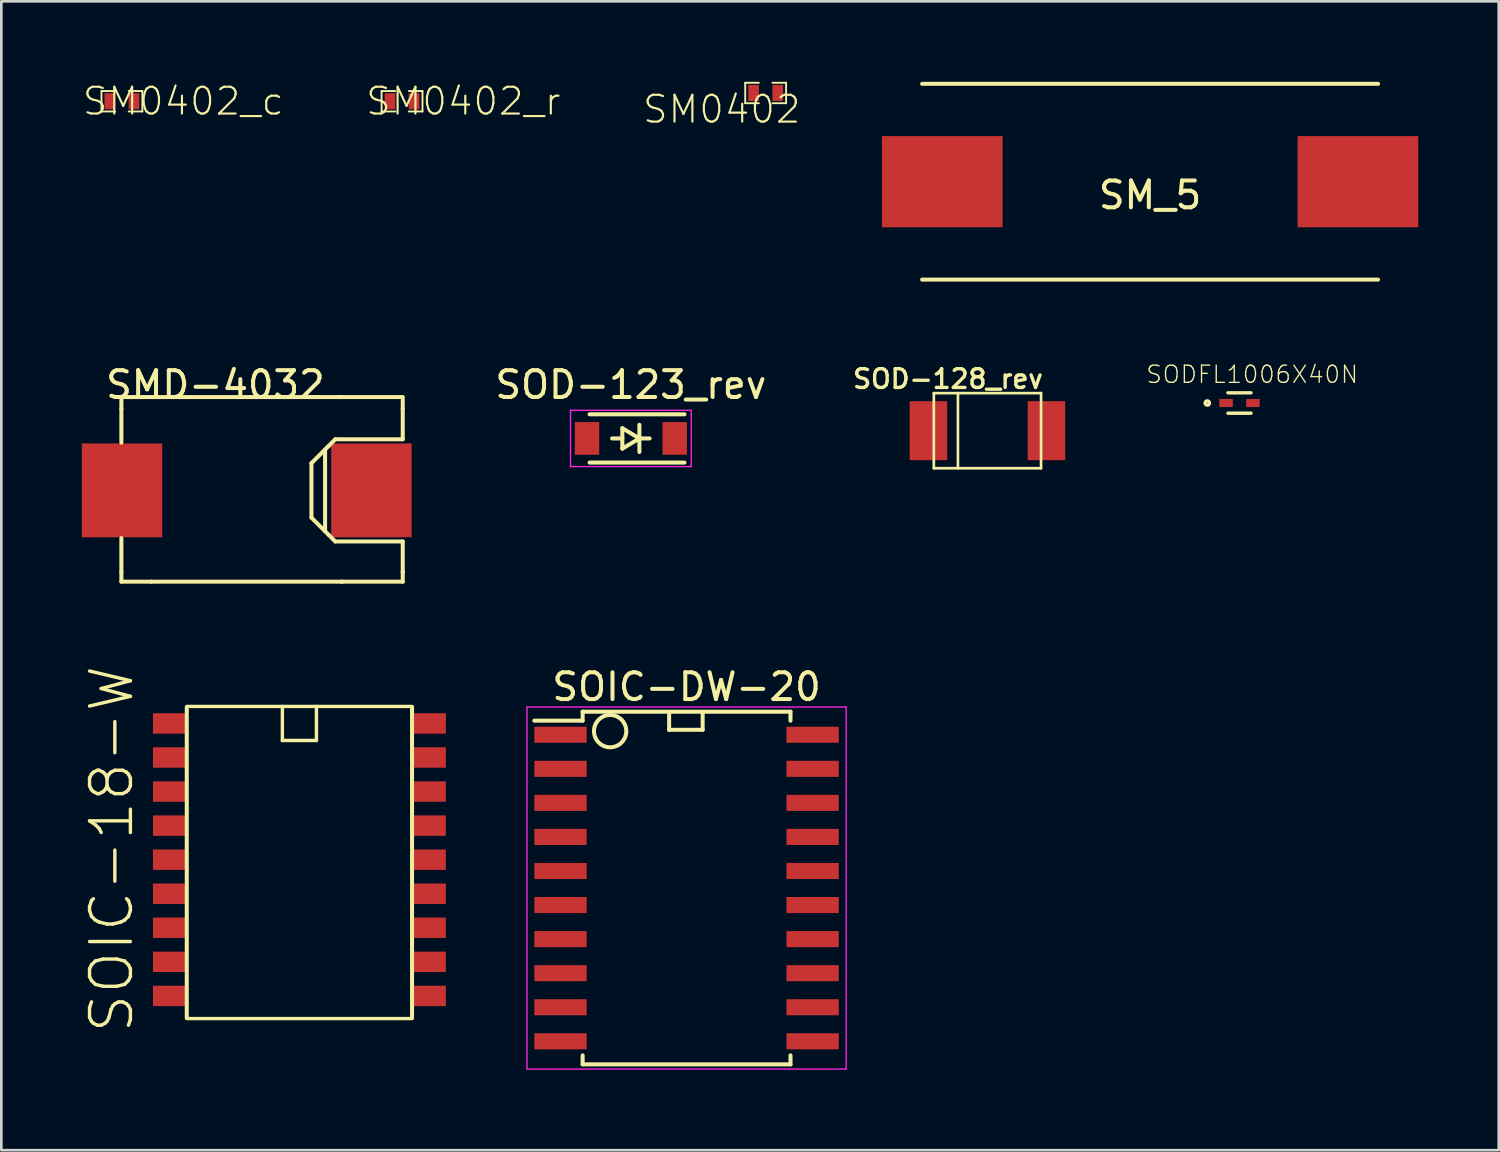
<source format=kicad_pcb>
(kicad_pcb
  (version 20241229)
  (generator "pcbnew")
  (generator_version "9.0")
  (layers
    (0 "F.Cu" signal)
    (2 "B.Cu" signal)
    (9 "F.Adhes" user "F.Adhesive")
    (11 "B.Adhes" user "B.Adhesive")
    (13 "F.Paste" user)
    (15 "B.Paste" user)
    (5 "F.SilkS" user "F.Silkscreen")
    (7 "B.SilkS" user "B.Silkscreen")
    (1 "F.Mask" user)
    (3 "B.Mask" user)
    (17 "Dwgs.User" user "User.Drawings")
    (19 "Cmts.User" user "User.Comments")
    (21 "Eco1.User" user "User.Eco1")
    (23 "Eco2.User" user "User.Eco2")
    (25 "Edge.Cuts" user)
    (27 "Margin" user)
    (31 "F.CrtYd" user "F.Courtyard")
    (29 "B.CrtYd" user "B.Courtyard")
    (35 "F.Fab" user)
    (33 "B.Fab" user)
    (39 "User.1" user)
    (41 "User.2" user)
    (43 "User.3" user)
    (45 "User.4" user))
  (footprint "SOD-123_rev"
    (layer "F.Cu")
    (at 20.473 13.298)
    (property "Reference" "SOD-123_rev" (at 0 -2 0) (layer "F.SilkS") (effects (font (size 1 1) (thickness 0.15))))
    (attr smd)
    (fp_line (start -0.318 -0.381) (end -0.318 0.381) (stroke (width 0.15) (type solid)) (layer "F.SilkS"))
    (fp_line (start -0.318 0) (end -0.699 0) (stroke (width 0.15) (type solid)) (layer "F.SilkS"))
    (fp_line (start -0.318 0.381) (end 0.318 0) (stroke (width 0.15) (type solid)) (layer "F.SilkS"))
    (fp_line (start 0.318 -0.508) (end 0.318 0.508) (stroke (width 0.15) (type solid)) (layer "F.SilkS"))
    (fp_line (start 0.318 0) (end -0.318 -0.381) (stroke (width 0.15) (type solid)) (layer "F.SilkS"))
    (fp_line (start 0.699 0) (end 0.318 0) (stroke (width 0.15) (type solid)) (layer "F.SilkS"))
    (fp_line (start 2 -0.9) (end -1.54 -0.9) (stroke (width 0.15) (type solid)) (layer "F.SilkS"))
    (fp_line (start 2 0.9) (end -1.54 0.9) (stroke (width 0.15) (type solid)) (layer "F.SilkS"))
    (fp_line (start -2.25 -1.05) (end -2.25 1.05) (stroke (width 0.05) (type solid)) (layer "F.CrtYd"))
    (fp_line (start -2.25 1.05) (end 2.25 1.05) (stroke (width 0.05) (type solid)) (layer "F.CrtYd"))
    (fp_line (start 2.25 -1.05) (end -2.25 -1.05) (stroke (width 0.05) (type solid)) (layer "F.CrtYd"))
    (fp_line (start 2.25 -1.05) (end 2.25 1.05) (stroke (width 0.05) (type solid)) (layer "F.CrtYd"))
    (pad "1" smd rect (at 1.635 0 180) (size 0.91 1.22) (layers "F.Cu" "F.Mask" "F.Paste"))
    (pad "2" smd rect (at -1.635 0 180) (size 0.91 1.22) (layers "F.Cu" "F.Mask" "F.Paste")))
  (footprint "SM0402"
    (layer "F.Cu")
    (at 25.499 0.417)
    (property "Reference" "SM0402" (at -1.637 0.608 0) (layer "F.SilkS") (effects (font (size 1 1) (thickness 0.08))))
    (attr smd)
    (fp_line (start -0.762 -0.381) (end -0.762 0.381) (stroke (width 0.071) (type solid)) (layer "F.SilkS"))
    (fp_line (start -0.762 0.381) (end -0.254 0.381) (stroke (width 0.071) (type solid)) (layer "F.SilkS"))
    (fp_line (start -0.254 -0.381) (end -0.762 -0.381) (stroke (width 0.071) (type solid)) (layer "F.SilkS"))
    (fp_line (start 0.254 -0.381) (end 0.762 -0.381) (stroke (width 0.071) (type solid)) (layer "F.SilkS"))
    (fp_line (start 0.762 -0.381) (end 0.762 0.381) (stroke (width 0.071) (type solid)) (layer "F.SilkS"))
    (fp_line (start 0.762 0.381) (end 0.254 0.381) (stroke (width 0.071) (type solid)) (layer "F.SilkS"))
    (pad "1" smd rect (at -0.45 0) (size 0.399 0.599) (layers "F.Cu" "F.Mask" "F.Paste"))
    (pad "2" smd rect (at 0.45 0) (size 0.399 0.599) (layers "F.Cu" "F.Mask" "F.Paste")))
  (footprint "SM_5"
    (layer "F.Cu")
    (at 39.834 3.725)
    (property "Reference" "SM_5" (at 0 0.5 0) (layer "F.SilkS") (effects (font (size 1 1) (thickness 0.15))))
    (attr through_hole)
    (fp_line (start -8.5 -3.65) (end 8.5 -3.65) (stroke (width 0.15) (type solid)) (layer "F.SilkS"))
    (fp_line (start -8.5 3.65) (end 8.5 3.65) (stroke (width 0.15) (type solid)) (layer "F.SilkS"))
    (pad "1" smd rect (at -7.75 0) (size 4.5 3.4) (layers "F.Cu" "F.Mask" "F.Paste"))
    (pad "2" smd rect (at 7.75 0) (size 4.5 3.4) (layers "F.Cu" "F.Mask" "F.Paste")))
  (footprint "SOIC-DW-20"
    (layer "F.Cu")
    (at 22.55 30.062)
    (property "Reference" "SOIC-DW-20" (at 0 -7.5 0) (layer "F.SilkS") (effects (font (size 1 1) (thickness 0.15))))
    (attr smd)
    (fp_line (start -3.875 -6.575) (end -3.875 -6.24) (stroke (width 0.15) (type solid)) (layer "F.SilkS"))
    (fp_line (start -3.875 -6.575) (end 3.875 -6.575) (stroke (width 0.15) (type solid)) (layer "F.SilkS"))
    (fp_line (start -3.875 -6.24) (end -5.675 -6.24) (stroke (width 0.15) (type solid)) (layer "F.SilkS"))
    (fp_line (start -3.875 6.575) (end -3.875 6.24) (stroke (width 0.15) (type solid)) (layer "F.SilkS"))
    (fp_line (start -3.875 6.575) (end 3.875 6.575) (stroke (width 0.15) (type solid)) (layer "F.SilkS"))
    (fp_line (start -0.65 -6.55) (end -0.65 -5.9) (stroke (width 0.15) (type solid)) (layer "F.SilkS"))
    (fp_line (start -0.65 -5.9) (end 0.6 -5.9) (stroke (width 0.15) (type solid)) (layer "F.SilkS"))
    (fp_line (start 0.6 -5.9) (end 0.6 -6.55) (stroke (width 0.15) (type solid)) (layer "F.SilkS"))
    (fp_line (start 3.875 -6.575) (end 3.875 -6.24) (stroke (width 0.15) (type solid)) (layer "F.SilkS"))
    (fp_line (start 3.875 6.575) (end 3.875 6.24) (stroke (width 0.15) (type solid)) (layer "F.SilkS"))
    (fp_circle (center -2.85 -5.85) (end -2.45 -5.4) (stroke (width 0.15) (type solid)) (fill no) (layer "F.SilkS"))
    (fp_line (start -5.95 -6.75) (end -5.95 6.75) (stroke (width 0.05) (type solid)) (layer "F.CrtYd"))
    (fp_line (start -5.95 -6.75) (end 5.95 -6.75) (stroke (width 0.05) (type solid)) (layer "F.CrtYd"))
    (fp_line (start -5.95 6.75) (end 5.95 6.75) (stroke (width 0.05) (type solid)) (layer "F.CrtYd"))
    (fp_line (start 5.95 -6.75) (end 5.95 6.75) (stroke (width 0.05) (type solid)) (layer "F.CrtYd"))
    (pad "1" smd rect (at -4.7 -5.715) (size 1.95 0.6) (layers "F.Cu" "F.Mask" "F.Paste"))
    (pad "2" smd rect (at -4.7 -4.445) (size 1.95 0.6) (layers "F.Cu" "F.Mask" "F.Paste"))
    (pad "3" smd rect (at -4.7 -3.175) (size 1.95 0.6) (layers "F.Cu" "F.Mask" "F.Paste"))
    (pad "4" smd rect (at -4.7 -1.905) (size 1.95 0.6) (layers "F.Cu" "F.Mask" "F.Paste"))
    (pad "5" smd rect (at -4.7 -0.635) (size 1.95 0.6) (layers "F.Cu" "F.Mask" "F.Paste"))
    (pad "6" smd rect (at -4.7 0.635) (size 1.95 0.6) (layers "F.Cu" "F.Mask" "F.Paste"))
    (pad "7" smd rect (at -4.7 1.905) (size 1.95 0.6) (layers "F.Cu" "F.Mask" "F.Paste"))
    (pad "8" smd rect (at -4.7 3.175) (size 1.95 0.6) (layers "F.Cu" "F.Mask" "F.Paste"))
    (pad "9" smd rect (at -4.7 4.445) (size 1.95 0.6) (layers "F.Cu" "F.Mask" "F.Paste"))
    (pad "10" smd rect (at -4.7 5.715) (size 1.95 0.6) (layers "F.Cu" "F.Mask" "F.Paste"))
    (pad "11" smd rect (at 4.7 5.715) (size 1.95 0.6) (layers "F.Cu" "F.Mask" "F.Paste"))
    (pad "12" smd rect (at 4.7 4.445) (size 1.95 0.6) (layers "F.Cu" "F.Mask" "F.Paste"))
    (pad "13" smd rect (at 4.7 3.175) (size 1.95 0.6) (layers "F.Cu" "F.Mask" "F.Paste"))
    (pad "14" smd rect (at 4.7 1.905) (size 1.95 0.6) (layers "F.Cu" "F.Mask" "F.Paste"))
    (pad "15" smd rect (at 4.7 0.635) (size 1.95 0.6) (layers "F.Cu" "F.Mask" "F.Paste"))
    (pad "16" smd rect (at 4.7 -0.635) (size 1.95 0.6) (layers "F.Cu" "F.Mask" "F.Paste"))
    (pad "17" smd rect (at 4.7 -1.905) (size 1.95 0.6) (layers "F.Cu" "F.Mask" "F.Paste"))
    (pad "18" smd rect (at 4.7 -3.175) (size 1.95 0.6) (layers "F.Cu" "F.Mask" "F.Paste"))
    (pad "19" smd rect (at 4.7 -4.445) (size 1.95 0.6) (layers "F.Cu" "F.Mask" "F.Paste"))
    (pad "20" smd rect (at 4.7 -5.715) (size 1.95 0.6) (layers "F.Cu" "F.Mask" "F.Paste")))
  (footprint "SODFL1006X40N"
    (layer "F.Cu")
    (at 43.167 11.977)
    (property "Reference" "SODFL1006X40N" (at 0.474 -1.065 0) (layer "F.SilkS") (effects (font (size 0.64 0.64) (thickness 0.05))))
    (attr smd)
    (fp_line (start -0.43 -0.38) (end 0.43 -0.38) (stroke (width 0.127) (type solid)) (layer "F.SilkS"))
    (fp_line (start 0.43 0.38) (end -0.43 0.38) (stroke (width 0.127) (type solid)) (layer "F.SilkS"))
    (fp_circle (center -1.2 0) (end -1.12 0) (stroke (width 0.127) (type solid)) (fill no) (layer "F.SilkS"))
    (fp_line (start -1 -0.5) (end 1 -0.5) (stroke (width 0.05) (type solid)) (layer "Eco1.User"))
    (fp_line (start -1 0.5) (end -1 -0.5) (stroke (width 0.05) (type solid)) (layer "Eco1.User"))
    (fp_line (start 1 -0.5) (end 1 0.5) (stroke (width 0.05) (type solid)) (layer "Eco1.User"))
    (fp_line (start 1 0.5) (end -1 0.5) (stroke (width 0.05) (type solid)) (layer "Eco1.User"))
    (fp_line (start -0.43 -0.33) (end 0.43 -0.33) (stroke (width 0.127) (type solid)) (layer "Eco2.User"))
    (fp_line (start -0.43 0.33) (end -0.43 -0.33) (stroke (width 0.127) (type solid)) (layer "Eco2.User"))
    (fp_line (start 0.43 -0.33) (end 0.43 0.33) (stroke (width 0.127) (type solid)) (layer "Eco2.User"))
    (fp_line (start 0.43 0.33) (end -0.43 0.33) (stroke (width 0.127) (type solid)) (layer "Eco2.User"))
    (pad "1" smd rect (at -0.5 0) (size 0.5 0.3) (layers "F.Cu" "F.Mask" "F.Paste"))
    (pad "2" smd rect (at 0.5 0) (size 0.5 0.3) (layers "F.Cu" "F.Mask" "F.Paste")))
  (footprint "SM0402_r"
    (layer "F.Cu")
    (at 11.941 0.725)
    (property "Reference" "SM0402_r" (at 2.286 0 0) (layer "F.SilkS") (effects (font (size 1 1) (thickness 0.08))))
    (attr smd)
    (fp_line (start -0.762 -0.381) (end -0.762 0.381) (stroke (width 0.071) (type solid)) (layer "F.SilkS"))
    (fp_line (start -0.762 0.381) (end -0.254 0.381) (stroke (width 0.071) (type solid)) (layer "F.SilkS"))
    (fp_line (start -0.254 -0.381) (end -0.762 -0.381) (stroke (width 0.071) (type solid)) (layer "F.SilkS"))
    (fp_line (start 0.254 -0.381) (end 0.762 -0.381) (stroke (width 0.071) (type solid)) (layer "F.SilkS"))
    (fp_line (start 0.762 -0.381) (end 0.762 0.381) (stroke (width 0.071) (type solid)) (layer "F.SilkS"))
    (fp_line (start 0.762 0.381) (end 0.254 0.381) (stroke (width 0.071) (type solid)) (layer "F.SilkS"))
    (pad "1" smd rect (at -0.45 0) (size 0.399 0.599) (layers "F.Cu" "F.Mask" "F.Paste"))
    (pad "2" smd rect (at 0.45 0) (size 0.399 0.599) (layers "F.Cu" "F.Mask" "F.Paste")))
  (footprint "SOIC-18-W"
    (layer "F.Cu")
    (at 8.114 29.005)
    (property "Reference" "SOIC-18-W" (at -7 -0.395 90) (layer "F.SilkS") (effects (font (size 1.524 1.524) (thickness 0.127))))
    (attr smd)
    (fp_line (start -4.2 -5.695) (end -4.2 5.905) (stroke (width 0.15) (type solid)) (layer "F.SilkS"))
    (fp_line (start -4.191 5.925) (end 4.191 5.925) (stroke (width 0.127) (type solid)) (layer "F.SilkS"))
    (fp_line (start -0.635 -4.445) (end -0.635 -5.715) (stroke (width 0.127) (type solid)) (layer "F.SilkS"))
    (fp_line (start 0.635 -5.715) (end 0.635 -4.445) (stroke (width 0.127) (type solid)) (layer "F.SilkS"))
    (fp_line (start 0.635 -4.445) (end -0.635 -4.445) (stroke (width 0.127) (type solid)) (layer "F.SilkS"))
    (fp_line (start 4.191 -5.715) (end -4.191 -5.715) (stroke (width 0.127) (type solid)) (layer "F.SilkS"))
    (fp_line (start 4.2 -5.695) (end 4.2 5.905) (stroke (width 0.15) (type solid)) (layer "F.SilkS"))
    (pad "1" smd rect (at -4.826 -5.08 270) (size 0.762 1.27) (layers "F.Cu" "F.Mask" "F.Paste"))
    (pad "2" smd rect (at -4.826 -3.81 270) (size 0.762 1.27) (layers "F.Cu" "F.Mask" "F.Paste"))
    (pad "3" smd rect (at -4.826 -2.54 270) (size 0.762 1.27) (layers "F.Cu" "F.Mask" "F.Paste"))
    (pad "4" smd rect (at -4.826 -1.27 270) (size 0.762 1.27) (layers "F.Cu" "F.Mask" "F.Paste"))
    (pad "5" smd rect (at -4.826 0 270) (size 0.762 1.27) (layers "F.Cu" "F.Mask" "F.Paste"))
    (pad "6" smd rect (at -4.826 1.27 270) (size 0.762 1.27) (layers "F.Cu" "F.Mask" "F.Paste"))
    (pad "7" smd rect (at -4.826 2.54 270) (size 0.762 1.27) (layers "F.Cu" "F.Mask" "F.Paste"))
    (pad "8" smd rect (at -4.826 3.81 270) (size 0.762 1.27) (layers "F.Cu" "F.Mask" "F.Paste"))
    (pad "9" smd rect (at -4.826 5.08 270) (size 0.762 1.27) (layers "F.Cu" "F.Mask" "F.Paste"))
    (pad "10" smd rect (at 4.826 5.08 270) (size 0.762 1.27) (layers "F.Cu" "F.Mask" "F.Paste"))
    (pad "11" smd rect (at 4.826 3.81 270) (size 0.762 1.27) (layers "F.Cu" "F.Mask" "F.Paste"))
    (pad "12" smd rect (at 4.826 2.54 270) (size 0.762 1.27) (layers "F.Cu" "F.Mask" "F.Paste"))
    (pad "13" smd rect (at 4.826 1.27 270) (size 0.762 1.27) (layers "F.Cu" "F.Mask" "F.Paste"))
    (pad "14" smd rect (at 4.826 0 270) (size 0.762 1.27) (layers "F.Cu" "F.Mask" "F.Paste"))
    (pad "15" smd rect (at 4.826 -1.27 270) (size 0.762 1.27) (layers "F.Cu" "F.Mask" "F.Paste"))
    (pad "16" smd rect (at 4.826 -2.54 270) (size 0.762 1.27) (layers "F.Cu" "F.Mask" "F.Paste"))
    (pad "17" smd rect (at 4.826 -3.81 270) (size 0.762 1.27) (layers "F.Cu" "F.Mask" "F.Paste"))
    (pad "18" smd rect (at 4.826 -5.08 270) (size 0.762 1.27) (layers "F.Cu" "F.Mask" "F.Paste")))
  (footprint "SMD-4032"
    (layer "F.Cu")
    (at 6.15 15.235)
    (property "Reference" "SMD-4032" (at -1.168 -3.937 180) (layer "F.SilkS") (effects (font (size 1 1) (thickness 0.15))))
    (attr smd)
    (fp_line (start -4.674 -3.48) (end -4.674 -3.048) (stroke (width 0.15) (type solid)) (layer "F.SilkS"))
    (fp_line (start -4.674 -3.048) (end -4.674 -1.778) (stroke (width 0.15) (type solid)) (layer "F.SilkS"))
    (fp_line (start -4.674 3.048) (end -4.674 1.778) (stroke (width 0.15) (type solid)) (layer "F.SilkS"))
    (fp_line (start -4.674 3.404) (end -4.674 3.048) (stroke (width 0.15) (type solid)) (layer "F.SilkS"))
    (fp_line (start -3.556 -3.48) (end -4.674 -3.48) (stroke (width 0.15) (type solid)) (layer "F.SilkS"))
    (fp_line (start -3.556 -3.48) (end 3.556 -3.48) (stroke (width 0.15) (type solid)) (layer "F.SilkS"))
    (fp_line (start -3.556 3.404) (end -4.674 3.404) (stroke (width 0.15) (type solid)) (layer "F.SilkS"))
    (fp_line (start 2.413 1.016) (end 2.413 -1.016) (stroke (width 0.15) (type solid)) (layer "F.SilkS"))
    (fp_line (start 2.921 -1.524) (end 2.921 1.524) (stroke (width 0.15) (type solid)) (layer "F.SilkS"))
    (fp_line (start 3.048 -1.651) (end 2.413 -1.016) (stroke (width 0.15) (type solid)) (layer "F.SilkS"))
    (fp_line (start 3.048 -1.651) (end 3.302 -1.905) (stroke (width 0.15) (type solid)) (layer "F.SilkS"))
    (fp_line (start 3.048 1.651) (end 2.413 1.016) (stroke (width 0.15) (type solid)) (layer "F.SilkS"))
    (fp_line (start 3.048 1.651) (end 3.302 1.905) (stroke (width 0.15) (type solid)) (layer "F.SilkS"))
    (fp_line (start 3.302 -1.905) (end 5.817 -1.905) (stroke (width 0.15) (type solid)) (layer "F.SilkS"))
    (fp_line (start 3.302 1.905) (end 5.817 1.905) (stroke (width 0.15) (type solid)) (layer "F.SilkS"))
    (fp_line (start 3.556 3.404) (end -3.556 3.404) (stroke (width 0.15) (type solid)) (layer "F.SilkS"))
    (fp_line (start 5.791 -3.48) (end 3.48 -3.48) (stroke (width 0.15) (type solid)) (layer "F.SilkS"))
    (fp_line (start 5.817 -3.048) (end 5.817 -3.48) (stroke (width 0.15) (type solid)) (layer "F.SilkS"))
    (fp_line (start 5.817 -1.905) (end 5.817 -3.048) (stroke (width 0.15) (type solid)) (layer "F.SilkS"))
    (fp_line (start 5.817 1.905) (end 5.817 3.048) (stroke (width 0.15) (type solid)) (layer "F.SilkS"))
    (fp_line (start 5.817 3.404) (end 3.531 3.404) (stroke (width 0.15) (type solid)) (layer "F.SilkS"))
    (fp_line (start 5.817 3.404) (end 5.817 3.023) (stroke (width 0.15) (type solid)) (layer "F.SilkS"))
    (pad "1" smd rect (at -4.65 0) (size 3 3.5) (layers "F.Cu" "F.Mask" "F.Paste"))
    (pad "2" smd rect (at 4.65 0) (size 3 3.5) (layers "F.Cu" "F.Mask" "F.Paste")))
  (footprint "SOD-128_rev"
    (layer "F.Cu")
    (at 33.769 13.009)
    (property "Reference" "SOD-128_rev" (at -1.473 -1.93 0) (layer "F.SilkS") (effects (font (size 0.7 0.7) (thickness 0.125))))
    (attr smd)
    (fp_line (start -1.999 -1.4) (end 1.999 -1.4) (stroke (width 0.1) (type solid)) (layer "F.SilkS"))
    (fp_line (start -1.999 1.4) (end -1.999 -1.4) (stroke (width 0.1) (type solid)) (layer "F.SilkS"))
    (fp_line (start -1.1 1.4) (end -1.1 -1.4) (stroke (width 0.1) (type solid)) (layer "F.SilkS"))
    (fp_line (start 1.999 -1.4) (end 1.999 1.4) (stroke (width 0.1) (type solid)) (layer "F.SilkS"))
    (fp_line (start 1.999 1.4) (end -1.999 1.4) (stroke (width 0.1) (type solid)) (layer "F.SilkS"))
    (fp_line (start -1.999 -1.4) (end 1.999 -1.4) (stroke (width 0.001) (type solid)) (layer "F.Fab"))
    (fp_line (start -1.999 1.4) (end -1.999 -1.4) (stroke (width 0.001) (type solid)) (layer "F.Fab"))
    (fp_line (start -1.699 1.4) (end -1.699 -1.4) (stroke (width 0.001) (type solid)) (layer "F.Fab"))
    (fp_line (start -1.4 -1.4) (end -1.4 1.4) (stroke (width 0.001) (type solid)) (layer "F.Fab"))
    (fp_line (start -1.1 1.4) (end -1.1 -1.4) (stroke (width 0.001) (type solid)) (layer "F.Fab"))
    (fp_line (start -0.8 1.4) (end -0.8 -1.4) (stroke (width 0.001) (type solid)) (layer "F.Fab"))
    (fp_line (start -0.5 1.4) (end -0.5 -1.4) (stroke (width 0.001) (type solid)) (layer "F.Fab"))
    (fp_line (start 1.999 -1.4) (end 1.999 1.4) (stroke (width 0.001) (type solid)) (layer "F.Fab"))
    (fp_line (start 1.999 1.4) (end -1.999 1.4) (stroke (width 0.001) (type solid)) (layer "F.Fab"))
    (pad "1" smd rect (at -2.2 0) (size 1.4 2.2) (layers "F.Cu" "F.Mask" "F.Paste"))
    (pad "2" smd rect (at 2.2 0) (size 1.4 2.2) (layers "F.Cu" "F.Mask" "F.Paste")))
  (footprint "SM0402_c"
    (layer "F.Cu")
    (at 1.496 0.725)
    (property "Reference" "SM0402_c" (at 2.286 0 0) (layer "F.SilkS") (effects (font (size 1 1) (thickness 0.08))))
    (attr smd)
    (fp_line (start -0.762 -0.381) (end -0.762 0.381) (stroke (width 0.071) (type solid)) (layer "F.SilkS"))
    (fp_line (start -0.762 0.381) (end -0.254 0.381) (stroke (width 0.071) (type solid)) (layer "F.SilkS"))
    (fp_line (start -0.254 -0.381) (end -0.762 -0.381) (stroke (width 0.071) (type solid)) (layer "F.SilkS"))
    (fp_line (start 0.254 -0.381) (end 0.762 -0.381) (stroke (width 0.071) (type solid)) (layer "F.SilkS"))
    (fp_line (start 0.762 -0.381) (end 0.762 0.381) (stroke (width 0.071) (type solid)) (layer "F.SilkS"))
    (fp_line (start 0.762 0.381) (end 0.254 0.381) (stroke (width 0.071) (type solid)) (layer "F.SilkS"))
    (pad "1" smd rect (at -0.45 0) (size 0.399 0.599) (layers "F.Cu" "F.Mask" "F.Paste"))
    (pad "2" smd rect (at 0.45 0) (size 0.399 0.599) (layers "F.Cu" "F.Mask" "F.Paste")))
  (gr_rect
    (start -3 -3)
    (end 52.834 39.837)
    (stroke (width 0.1) (type default))
    (fill no)
    (layer "Edge.Cuts")))
</source>
